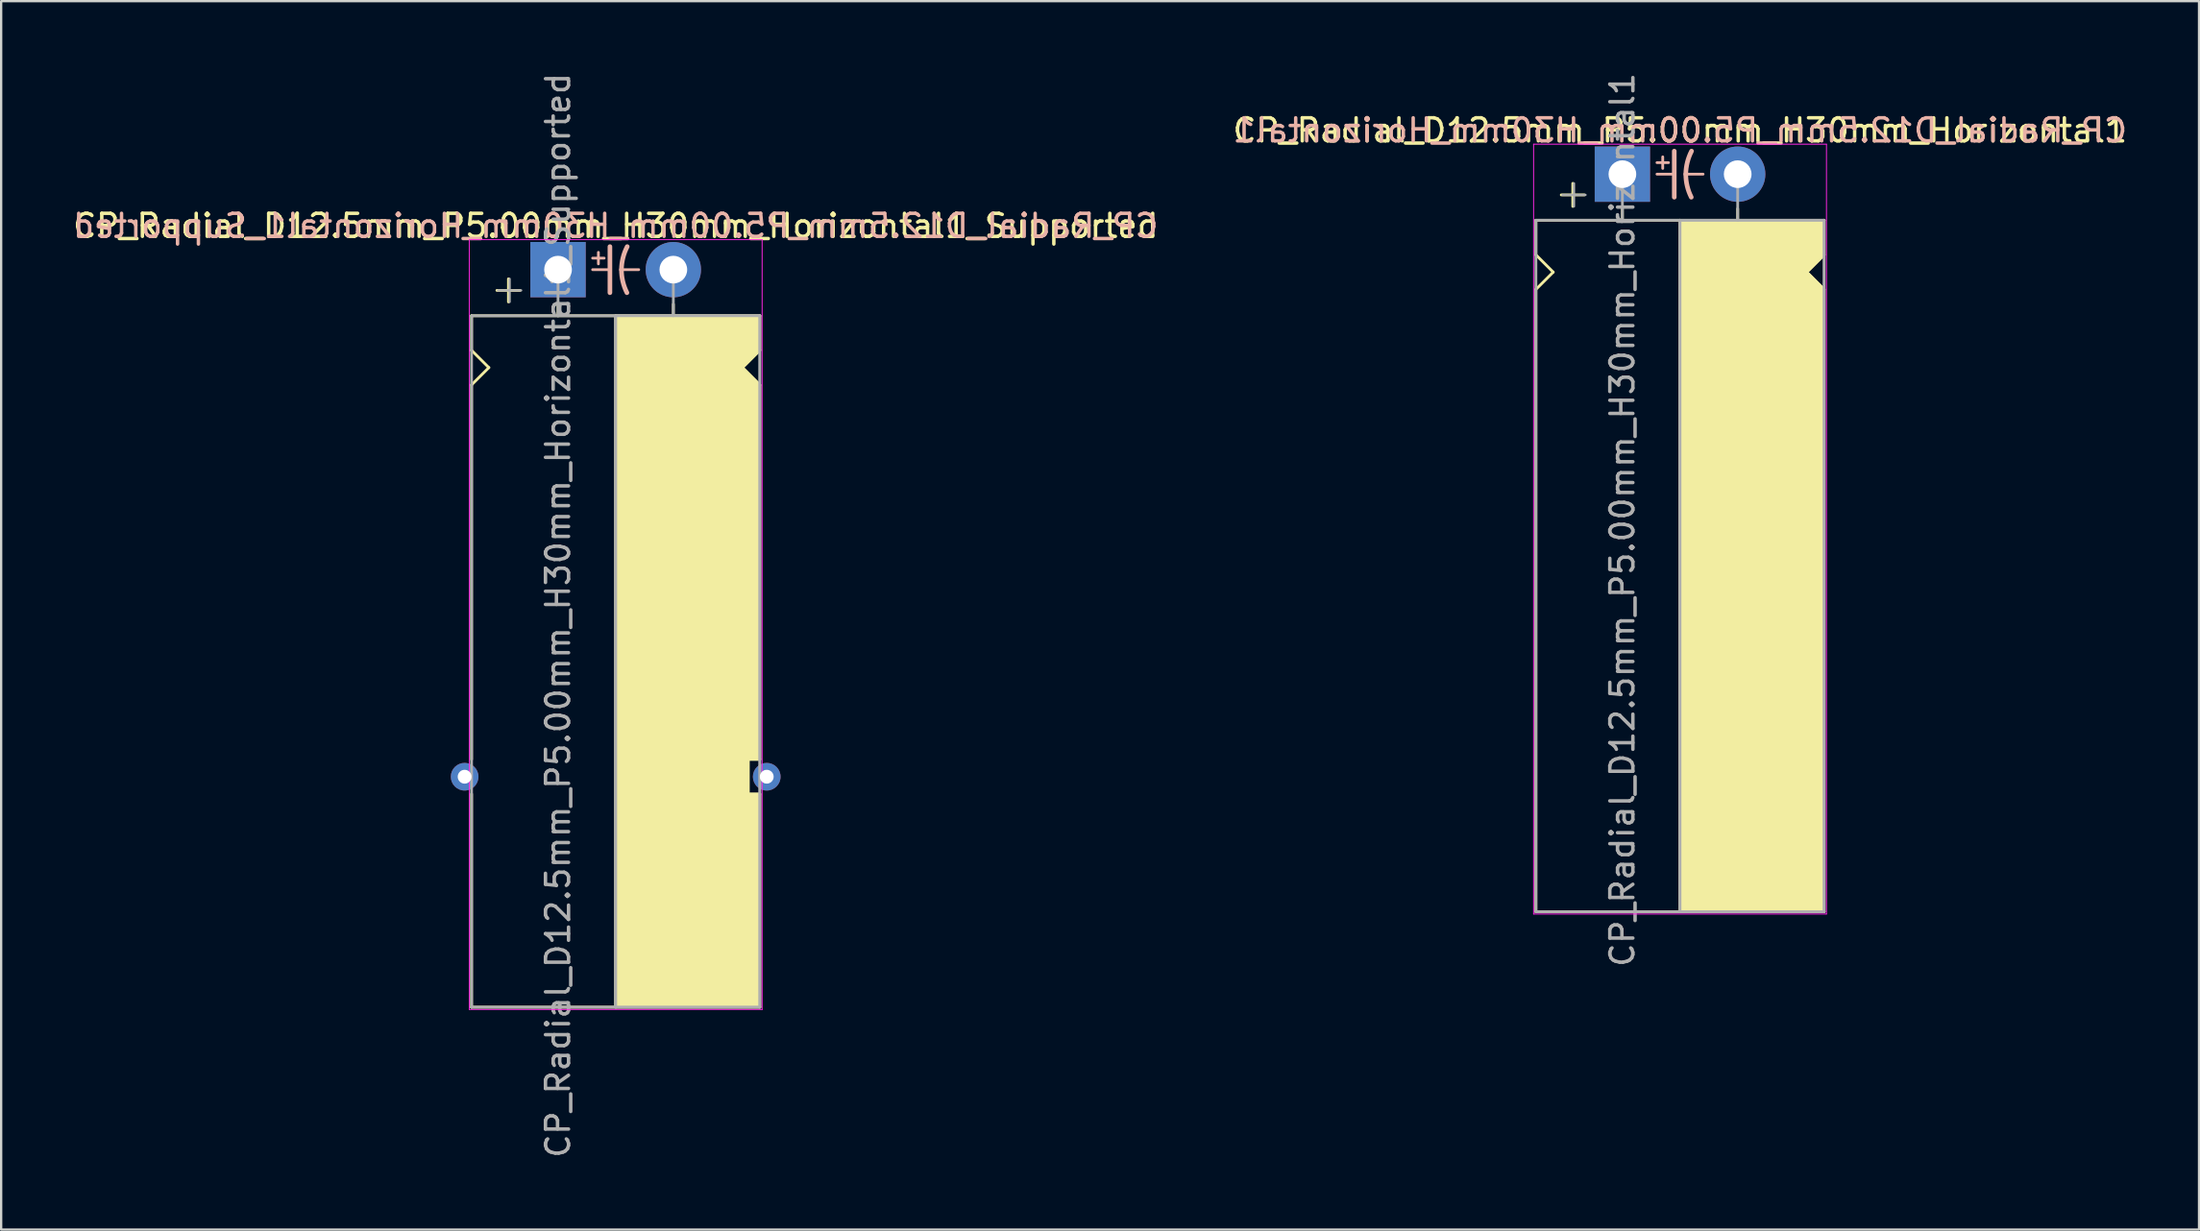
<source format=kicad_pcb>
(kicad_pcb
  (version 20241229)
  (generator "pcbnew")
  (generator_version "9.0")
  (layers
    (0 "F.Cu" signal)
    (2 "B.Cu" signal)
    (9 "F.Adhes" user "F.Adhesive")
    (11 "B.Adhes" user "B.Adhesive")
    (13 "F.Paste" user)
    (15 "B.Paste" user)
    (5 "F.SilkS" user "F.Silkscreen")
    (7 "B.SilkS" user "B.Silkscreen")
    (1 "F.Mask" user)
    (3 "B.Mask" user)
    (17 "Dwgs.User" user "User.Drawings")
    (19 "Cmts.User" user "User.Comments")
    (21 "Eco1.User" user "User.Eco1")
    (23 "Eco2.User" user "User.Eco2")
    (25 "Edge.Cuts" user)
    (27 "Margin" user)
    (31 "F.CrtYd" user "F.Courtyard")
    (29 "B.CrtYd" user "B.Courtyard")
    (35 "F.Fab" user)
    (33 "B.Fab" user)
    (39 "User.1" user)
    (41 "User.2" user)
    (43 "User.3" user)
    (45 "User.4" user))
  (footprint "CP_Radial_D12.5mm_P5.00mm_H30mm_Horizontal1_Supported"
    (layer "F.Cu")
    (at 21.149 8.649)
    (property "Reference" "CP_Radial_D12.5mm_P5.00mm_H30mm_Horizontal1_Supported" (at 2.5 -1.9 180) (layer "F.SilkS") (effects (font (size 1 1) (thickness 0.15))))
    (fp_line (start -3.75 2) (end -3.75 3.5) (stroke (width 0.12) (type solid)) (layer "F.SilkS"))
    (fp_line (start -3.75 3.5) (end -3 4.25) (stroke (width 0.12) (type solid)) (layer "F.SilkS"))
    (fp_line (start -3.75 5) (end -3.75 21.25) (stroke (width 0.12) (type solid)) (layer "F.SilkS"))
    (fp_line (start -3.75 32) (end -3.75 22.75) (stroke (width 0.12) (type solid)) (layer "F.SilkS"))
    (fp_line (start -3 4.25) (end -3.75 5) (stroke (width 0.12) (type solid)) (layer "F.SilkS"))
    (fp_line (start -2.15 0.4) (end -2.15 1.4) (stroke (width 0.12) (type solid)) (layer "F.SilkS"))
    (fp_line (start -1.65 0.9) (end -2.65 0.9) (stroke (width 0.12) (type solid)) (layer "F.SilkS"))
    (fp_line (start 0 1.5) (end 0 2) (stroke (width 0.12) (type solid)) (layer "F.SilkS"))
    (fp_line (start 2.5 2) (end -3.75 2) (stroke (width 0.12) (type solid)) (layer "F.SilkS"))
    (fp_line (start 2.5 2) (end 2.5 32) (stroke (width 0.12) (type solid)) (layer "F.SilkS"))
    (fp_line (start 2.5 2) (end 8.75 2) (stroke (width 0.12) (type solid)) (layer "F.SilkS"))
    (fp_line (start 5 1.5) (end 5 2) (stroke (width 0.12) (type solid)) (layer "F.SilkS"))
    (fp_line (start 8 4.25) (end 8.75 5) (stroke (width 0.12) (type solid)) (layer "F.SilkS"))
    (fp_line (start 8.25 21.25) (end 8.75 21.25) (stroke (width 0.12) (type solid)) (layer "F.SilkS"))
    (fp_line (start 8.25 22.75) (end 8.25 21.25) (stroke (width 0.12) (type solid)) (layer "F.SilkS"))
    (fp_line (start 8.75 2) (end 8.75 3.5) (stroke (width 0.12) (type solid)) (layer "F.SilkS"))
    (fp_line (start 8.75 3.5) (end 8 4.25) (stroke (width 0.12) (type solid)) (layer "F.SilkS"))
    (fp_line (start 8.75 5) (end 8.75 21.25) (stroke (width 0.12) (type solid)) (layer "F.SilkS"))
    (fp_line (start 8.75 22.75) (end 8.25 22.75) (stroke (width 0.12) (type solid)) (layer "F.SilkS"))
    (fp_line (start 8.75 32) (end -3.75 32) (stroke (width 0.12) (type solid)) (layer "F.SilkS"))
    (fp_line (start 8.75 32) (end 8.75 22.75) (stroke (width 0.12) (type solid)) (layer "F.SilkS"))
    (fp_poly (pts (xy 8.75 3.5) (xy 8 4.25) (xy 8.75 5) (xy 8.75 21.25) (xy 8.25 21.25) (xy 8.25 22.75) (xy 8.75 22.75) (xy 8.75 32) (xy 2.5 32) (xy 2.5 2) (xy 8.75 2)) (stroke (width 0.1) (type solid)) (fill yes) (layer "F.SilkS"))
    (fp_line (start 1.5 -0.5) (end 2 -0.5) (stroke (width 0.12) (type solid)) (layer "B.SilkS"))
    (fp_line (start 1.5 0) (end 2.25 0) (stroke (width 0.12) (type solid)) (layer "B.SilkS"))
    (fp_line (start 1.75 -0.75) (end 1.75 -0.25) (stroke (width 0.12) (type solid)) (layer "B.SilkS"))
    (fp_line (start 2.25 1) (end 2.25 -1) (stroke (width 0.2) (type solid)) (layer "B.SilkS"))
    (fp_line (start 3.5 0) (end 2.75 0) (stroke (width 0.12) (type solid)) (layer "B.SilkS"))
    (fp_arc (start 2.75 0) (mid 2.816707 -0.514573) (end 3 -1) (stroke (width 0.2) (type solid)) (layer "B.SilkS"))
    (fp_arc (start 2.987539 1) (mid 2.810247 0.513901) (end 2.75 0) (stroke (width 0.2) (type solid)) (layer "B.SilkS"))
    (fp_line (start -3.85 -1.3) (end 8.85 -1.3) (stroke (width 0.04) (type solid)) (layer "F.CrtYd"))
    (fp_line (start -3.85 32.1) (end -3.85 -1.3) (stroke (width 0.04) (type solid)) (layer "F.CrtYd"))
    (fp_line (start 8.85 -1.3) (end 8.85 32.1) (stroke (width 0.04) (type solid)) (layer "F.CrtYd"))
    (fp_line (start 8.85 32.1) (end -3.85 32.1) (stroke (width 0.04) (type solid)) (layer "F.CrtYd"))
    (fp_line (start -3.75 2) (end -3.75 32) (stroke (width 0.12) (type solid)) (layer "F.Fab"))
    (fp_line (start -3.75 32) (end 8.75 32) (stroke (width 0.12) (type solid)) (layer "F.Fab"))
    (fp_line (start -2.6 0.9) (end -1.6 0.9) (stroke (width 0.1) (type solid)) (layer "F.Fab"))
    (fp_line (start -2.1 1.4) (end -2.1 0.4) (stroke (width 0.1) (type solid)) (layer "F.Fab"))
    (fp_line (start 0 0) (end 0 2) (stroke (width 0.12) (type solid)) (layer "F.Fab"))
    (fp_line (start 0 2) (end -3.75 2) (stroke (width 0.12) (type solid)) (layer "F.Fab"))
    (fp_line (start 2.5 2) (end 2.5 32) (stroke (width 0.12) (type solid)) (layer "F.Fab"))
    (fp_line (start 5 2) (end 5 0) (stroke (width 0.12) (type solid)) (layer "F.Fab"))
    (fp_line (start 8.75 2) (end 0 2) (stroke (width 0.12) (type solid)) (layer "F.Fab"))
    (fp_line (start 8.75 32) (end 8.75 2) (stroke (width 0.12) (type solid)) (layer "F.Fab"))
    (fp_poly (pts (xy 8.75 32) (xy 2.5 32) (xy 2.5 2) (xy 8.75 2)) (stroke (width 0.1) (type solid)) (fill no) (layer "F.Fab"))
    (fp_text user "${REFERENCE}" (at 2.5 -1.9 0) (layer "B.SilkS") (effects (font (size 1 1) (thickness 0.15)) (justify mirror)))
    (fp_text user "${REFERENCE}" (at 0 15 90) (layer "F.Fab") (effects (font (size 1 1) (thickness 0.15))))
    (pad "1" thru_hole rect (at 0 0) (size 2.4 2.4) (drill 1.2) (layers "*.Cu" "*.Mask"))
    (pad "2" thru_hole circle (at 5 0) (size 2.4 2.4) (drill 1.2) (layers "*.Cu" "*.Mask"))
    (pad "~" thru_hole circle (at -4.05 22) (size 1.2 1.2) (drill 0.6) (layers "*.Cu" "*.Mask"))
    (pad "~" thru_hole circle (at 9.05 22) (size 1.2 1.2) (drill 0.6) (layers "*.Cu" "*.Mask")))
  (footprint "CP_Radial_D12.5mm_P5.00mm_H30mm_Horizontal1"
    (layer "F.Cu")
    (at 67.304 4.506)
    (property "Reference" "CP_Radial_D12.5mm_P5.00mm_H30mm_Horizontal1" (at 2.5 -1.9 180) (layer "F.SilkS") (effects (font (size 1 1) (thickness 0.15))))
    (fp_line (start -3.75 2) (end -3.75 3.5) (stroke (width 0.12) (type solid)) (layer "F.SilkS"))
    (fp_line (start -3.75 3.5) (end -3 4.25) (stroke (width 0.12) (type solid)) (layer "F.SilkS"))
    (fp_line (start -3.75 5) (end -3.75 32) (stroke (width 0.12) (type solid)) (layer "F.SilkS"))
    (fp_line (start -3 4.25) (end -3.75 5) (stroke (width 0.12) (type solid)) (layer "F.SilkS"))
    (fp_line (start -2.15 0.4) (end -2.15 1.4) (stroke (width 0.12) (type solid)) (layer "F.SilkS"))
    (fp_line (start -1.65 0.9) (end -2.65 0.9) (stroke (width 0.12) (type solid)) (layer "F.SilkS"))
    (fp_line (start 0 1.5) (end 0 2) (stroke (width 0.12) (type solid)) (layer "F.SilkS"))
    (fp_line (start 2.5 2) (end -3.75 2) (stroke (width 0.12) (type solid)) (layer "F.SilkS"))
    (fp_line (start 2.5 2) (end 2.5 32) (stroke (width 0.12) (type solid)) (layer "F.SilkS"))
    (fp_line (start 2.5 2) (end 8.75 2) (stroke (width 0.12) (type solid)) (layer "F.SilkS"))
    (fp_line (start 5 1.5) (end 5 2) (stroke (width 0.12) (type solid)) (layer "F.SilkS"))
    (fp_line (start 8 4.25) (end 8.75 5) (stroke (width 0.12) (type solid)) (layer "F.SilkS"))
    (fp_line (start 8.75 2) (end 8.75 3.5) (stroke (width 0.12) (type solid)) (layer "F.SilkS"))
    (fp_line (start 8.75 3.5) (end 8 4.25) (stroke (width 0.12) (type solid)) (layer "F.SilkS"))
    (fp_line (start 8.75 5) (end 8.75 32) (stroke (width 0.12) (type solid)) (layer "F.SilkS"))
    (fp_line (start 8.75 32) (end -3.75 32) (stroke (width 0.12) (type solid)) (layer "F.SilkS"))
    (fp_poly (pts (xy 8.75 3.5) (xy 8 4.25) (xy 8.75 5) (xy 8.75 32) (xy 2.5 32) (xy 2.5 2) (xy 8.75 2)) (stroke (width 0.1) (type solid)) (fill yes) (layer "F.SilkS"))
    (fp_line (start 1.5 -0.5) (end 2 -0.5) (stroke (width 0.12) (type solid)) (layer "B.SilkS"))
    (fp_line (start 1.5 0) (end 2.25 0) (stroke (width 0.12) (type solid)) (layer "B.SilkS"))
    (fp_line (start 1.75 -0.75) (end 1.75 -0.25) (stroke (width 0.12) (type solid)) (layer "B.SilkS"))
    (fp_line (start 2.25 1) (end 2.25 -1) (stroke (width 0.2) (type solid)) (layer "B.SilkS"))
    (fp_line (start 3.5 0) (end 2.75 0) (stroke (width 0.12) (type solid)) (layer "B.SilkS"))
    (fp_arc (start 2.75 0) (mid 2.816707 -0.514573) (end 3 -1) (stroke (width 0.2) (type solid)) (layer "B.SilkS"))
    (fp_arc (start 2.987539 1) (mid 2.810247 0.513901) (end 2.75 0) (stroke (width 0.2) (type solid)) (layer "B.SilkS"))
    (fp_line (start -3.85 -1.3) (end 8.85 -1.3) (stroke (width 0.04) (type solid)) (layer "F.CrtYd"))
    (fp_line (start -3.85 32.1) (end -3.85 -1.3) (stroke (width 0.04) (type solid)) (layer "F.CrtYd"))
    (fp_line (start 8.85 -1.3) (end 8.85 32.1) (stroke (width 0.04) (type solid)) (layer "F.CrtYd"))
    (fp_line (start 8.85 32.1) (end -3.85 32.1) (stroke (width 0.04) (type solid)) (layer "F.CrtYd"))
    (fp_line (start -3.75 2) (end -3.75 32) (stroke (width 0.12) (type solid)) (layer "F.Fab"))
    (fp_line (start -3.75 32) (end 8.75 32) (stroke (width 0.12) (type solid)) (layer "F.Fab"))
    (fp_line (start -2.6 0.9) (end -1.6 0.9) (stroke (width 0.1) (type solid)) (layer "F.Fab"))
    (fp_line (start -2.1 1.4) (end -2.1 0.4) (stroke (width 0.1) (type solid)) (layer "F.Fab"))
    (fp_line (start 0 0) (end 0 2) (stroke (width 0.12) (type solid)) (layer "F.Fab"))
    (fp_line (start 0 2) (end -3.75 2) (stroke (width 0.12) (type solid)) (layer "F.Fab"))
    (fp_line (start 2.5 2) (end 2.5 32) (stroke (width 0.12) (type solid)) (layer "F.Fab"))
    (fp_line (start 5 2) (end 5 0) (stroke (width 0.12) (type solid)) (layer "F.Fab"))
    (fp_line (start 8.75 2) (end 0 2) (stroke (width 0.12) (type solid)) (layer "F.Fab"))
    (fp_line (start 8.75 32) (end 8.75 2) (stroke (width 0.12) (type solid)) (layer "F.Fab"))
    (fp_poly (pts (xy 8.75 32) (xy 2.5 32) (xy 2.5 2) (xy 8.75 2)) (stroke (width 0.1) (type solid)) (fill no) (layer "F.Fab"))
    (fp_text user "${REFERENCE}" (at 2.5 -1.9 0) (layer "B.SilkS") (effects (font (size 1 1) (thickness 0.15)) (justify mirror)))
    (fp_text user "${REFERENCE}" (at 0 15 90) (layer "F.Fab") (effects (font (size 1 1) (thickness 0.15))))
    (pad "1" thru_hole rect (at 0 0) (size 2.4 2.4) (drill 1.2) (layers "*.Cu" "*.Mask"))
    (pad "2" thru_hole circle (at 5 0) (size 2.4 2.4) (drill 1.2) (layers "*.Cu" "*.Mask")))
  (gr_rect
    (start -3 -3)
    (end 92.31 50.298)
    (stroke (width 0.1) (type default))
    (fill no)
    (layer "Edge.Cuts")))
</source>
